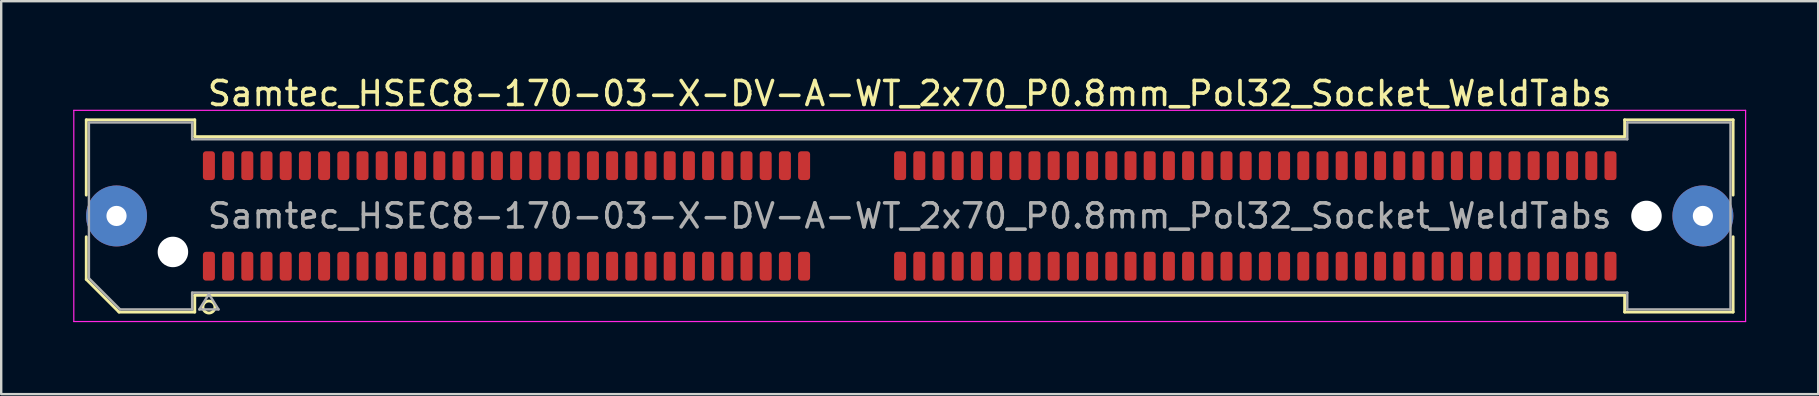
<source format=kicad_pcb>
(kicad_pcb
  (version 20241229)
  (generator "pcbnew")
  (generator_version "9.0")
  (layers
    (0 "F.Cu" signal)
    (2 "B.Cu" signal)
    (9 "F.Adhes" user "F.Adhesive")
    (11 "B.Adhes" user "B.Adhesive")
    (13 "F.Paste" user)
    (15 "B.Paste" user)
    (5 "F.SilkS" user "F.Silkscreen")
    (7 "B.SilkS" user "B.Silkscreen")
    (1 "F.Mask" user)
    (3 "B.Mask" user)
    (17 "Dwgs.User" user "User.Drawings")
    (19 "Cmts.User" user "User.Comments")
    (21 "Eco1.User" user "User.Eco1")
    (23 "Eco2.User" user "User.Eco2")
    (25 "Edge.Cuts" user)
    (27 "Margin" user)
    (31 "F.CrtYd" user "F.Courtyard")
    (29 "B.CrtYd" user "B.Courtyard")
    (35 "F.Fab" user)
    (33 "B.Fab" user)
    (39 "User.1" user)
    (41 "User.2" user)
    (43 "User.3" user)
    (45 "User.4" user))
  (footprint "Samtec_HSEC8-170-03-X-DV-A-WT_2x70_P0.8mm_Pol32_Socket_WeldTabs"
    (layer "F.Cu")
    (at 34.855 5.948)
    (property "Reference" "Samtec_HSEC8-170-03-X-DV-A-WT_2x70_P0.8mm_Pol32_Socket_WeldTabs" (at 0 -5.1 0) (layer "F.SilkS") (effects (font (size 1 1) (thickness 0.15))))
    (attr smd)
    (fp_line (start -34.31 -4.005) (end -29.79 -4.005) (stroke (width 0.12) (type solid)) (layer "F.SilkS"))
    (fp_line (start -34.31 -0.868) (end -34.31 -4.005) (stroke (width 0.12) (type solid)) (layer "F.SilkS"))
    (fp_line (start -34.31 2.641) (end -34.31 0.868) (stroke (width 0.12) (type solid)) (layer "F.SilkS"))
    (fp_line (start -32.946 4.005) (end -34.31 2.641) (stroke (width 0.12) (type solid)) (layer "F.SilkS"))
    (fp_line (start -29.79 -4.005) (end -29.79 -3.305) (stroke (width 0.12) (type solid)) (layer "F.SilkS"))
    (fp_line (start -29.79 -3.305) (end 29.79 -3.305) (stroke (width 0.12) (type solid)) (layer "F.SilkS"))
    (fp_line (start -29.79 3.305) (end -29.79 4.005) (stroke (width 0.12) (type solid)) (layer "F.SilkS"))
    (fp_line (start -29.79 4.005) (end -32.946 4.005) (stroke (width 0.12) (type solid)) (layer "F.SilkS"))
    (fp_line (start 29.79 -4.005) (end 34.31 -4.005) (stroke (width 0.12) (type solid)) (layer "F.SilkS"))
    (fp_line (start 29.79 -3.305) (end 29.79 -4.005) (stroke (width 0.12) (type solid)) (layer "F.SilkS"))
    (fp_line (start 29.79 3.305) (end -29.79 3.305) (stroke (width 0.12) (type solid)) (layer "F.SilkS"))
    (fp_line (start 29.79 4.005) (end 29.79 3.305) (stroke (width 0.12) (type solid)) (layer "F.SilkS"))
    (fp_line (start 34.31 -4.005) (end 34.31 -0.868) (stroke (width 0.12) (type solid)) (layer "F.SilkS"))
    (fp_line (start 34.31 0.868) (end 34.31 4.005) (stroke (width 0.12) (type solid)) (layer "F.SilkS"))
    (fp_line (start 34.31 4.005) (end 29.79 4.005) (stroke (width 0.12) (type solid)) (layer "F.SilkS"))
    (fp_arc (start -28.95 3.795) (mid -29.45 3.795) (end -28.95 3.795) (stroke (width 0.12) (type solid)) (layer "F.SilkS"))
    (fp_line (start -34.83 -4.4) (end -34.83 4.4) (stroke (width 0.05) (type solid)) (layer "F.CrtYd"))
    (fp_line (start -34.83 4.4) (end 34.83 4.4) (stroke (width 0.05) (type solid)) (layer "F.CrtYd"))
    (fp_line (start 34.83 -4.4) (end -34.83 -4.4) (stroke (width 0.05) (type solid)) (layer "F.CrtYd"))
    (fp_line (start 34.83 4.4) (end 34.83 -4.4) (stroke (width 0.05) (type solid)) (layer "F.CrtYd"))
    (fp_line (start -34.2 -3.895) (end -29.9 -3.895) (stroke (width 0.1) (type solid)) (layer "F.Fab"))
    (fp_line (start -34.2 2.595) (end -34.2 -3.895) (stroke (width 0.1) (type solid)) (layer "F.Fab"))
    (fp_line (start -32.9 3.895) (end -34.2 2.595) (stroke (width 0.1) (type solid)) (layer "F.Fab"))
    (fp_line (start -29.9 -3.895) (end -29.9 -3.195) (stroke (width 0.1) (type solid)) (layer "F.Fab"))
    (fp_line (start -29.9 -3.195) (end 29.9 -3.195) (stroke (width 0.1) (type solid)) (layer "F.Fab"))
    (fp_line (start -29.9 3.195) (end -29.9 3.895) (stroke (width 0.1) (type solid)) (layer "F.Fab"))
    (fp_line (start -29.9 3.895) (end -32.9 3.895) (stroke (width 0.1) (type solid)) (layer "F.Fab"))
    (fp_line (start -29.6 3.895) (end -29.2 3.255) (stroke (width 0.1) (type solid)) (layer "F.Fab"))
    (fp_line (start -29.2 3.255) (end -28.8 3.895) (stroke (width 0.1) (type solid)) (layer "F.Fab"))
    (fp_line (start -28.8 3.895) (end -29.6 3.895) (stroke (width 0.1) (type solid)) (layer "F.Fab"))
    (fp_line (start 29.9 -3.895) (end 34.2 -3.895) (stroke (width 0.1) (type solid)) (layer "F.Fab"))
    (fp_line (start 29.9 -3.195) (end 29.9 -3.895) (stroke (width 0.1) (type solid)) (layer "F.Fab"))
    (fp_line (start 29.9 3.195) (end -29.9 3.195) (stroke (width 0.1) (type solid)) (layer "F.Fab"))
    (fp_line (start 29.9 3.895) (end 29.9 3.195) (stroke (width 0.1) (type solid)) (layer "F.Fab"))
    (fp_line (start 34.2 -3.895) (end 34.2 3.895) (stroke (width 0.1) (type solid)) (layer "F.Fab"))
    (fp_line (start 34.2 3.895) (end 29.9 3.895) (stroke (width 0.1) (type solid)) (layer "F.Fab"))
    (fp_text user "${REFERENCE}" (at 0 0 0) (layer "F.Fab") (effects (font (size 1 1) (thickness 0.15))))
    (pad "" thru_hole circle (at -33.05 0) (size 2.54 2.54) (drill 0.84) (layers "*.Cu" "*.Mask" "F.Paste"))
    (pad "" np_thru_hole circle (at -30.7 1.5) (size 1.27 1.27) (drill 1.27) (layers "*.Cu" "*.Mask"))
    (pad "" np_thru_hole circle (at 30.7 0) (size 1.27 1.27) (drill 1.27) (layers "*.Cu" "*.Mask"))
    (pad "" thru_hole circle (at 33.05 0) (size 2.54 2.54) (drill 0.84) (layers "*.Cu" "*.Mask" "F.Paste"))
    (pad "1" smd roundrect (at -29.2 2.095) (size 0.5 1.2) (layers "F.Cu" "F.Mask" "F.Paste") (roundrect_rratio 0.25))
    (pad "2" smd roundrect (at -29.2 -2.095) (size 0.5 1.2) (layers "F.Cu" "F.Mask" "F.Paste") (roundrect_rratio 0.25))
    (pad "3" smd roundrect (at -28.4 2.095) (size 0.5 1.2) (layers "F.Cu" "F.Mask" "F.Paste") (roundrect_rratio 0.25))
    (pad "4" smd roundrect (at -28.4 -2.095) (size 0.5 1.2) (layers "F.Cu" "F.Mask" "F.Paste") (roundrect_rratio 0.25))
    (pad "5" smd roundrect (at -27.6 2.095) (size 0.5 1.2) (layers "F.Cu" "F.Mask" "F.Paste") (roundrect_rratio 0.25))
    (pad "6" smd roundrect (at -27.6 -2.095) (size 0.5 1.2) (layers "F.Cu" "F.Mask" "F.Paste") (roundrect_rratio 0.25))
    (pad "7" smd roundrect (at -26.8 2.095) (size 0.5 1.2) (layers "F.Cu" "F.Mask" "F.Paste") (roundrect_rratio 0.25))
    (pad "8" smd roundrect (at -26.8 -2.095) (size 0.5 1.2) (layers "F.Cu" "F.Mask" "F.Paste") (roundrect_rratio 0.25))
    (pad "9" smd roundrect (at -26 2.095) (size 0.5 1.2) (layers "F.Cu" "F.Mask" "F.Paste") (roundrect_rratio 0.25))
    (pad "10" smd roundrect (at -26 -2.095) (size 0.5 1.2) (layers "F.Cu" "F.Mask" "F.Paste") (roundrect_rratio 0.25))
    (pad "11" smd roundrect (at -25.2 2.095) (size 0.5 1.2) (layers "F.Cu" "F.Mask" "F.Paste") (roundrect_rratio 0.25))
    (pad "12" smd roundrect (at -25.2 -2.095) (size 0.5 1.2) (layers "F.Cu" "F.Mask" "F.Paste") (roundrect_rratio 0.25))
    (pad "13" smd roundrect (at -24.4 2.095) (size 0.5 1.2) (layers "F.Cu" "F.Mask" "F.Paste") (roundrect_rratio 0.25))
    (pad "14" smd roundrect (at -24.4 -2.095) (size 0.5 1.2) (layers "F.Cu" "F.Mask" "F.Paste") (roundrect_rratio 0.25))
    (pad "15" smd roundrect (at -23.6 2.095) (size 0.5 1.2) (layers "F.Cu" "F.Mask" "F.Paste") (roundrect_rratio 0.25))
    (pad "16" smd roundrect (at -23.6 -2.095) (size 0.5 1.2) (layers "F.Cu" "F.Mask" "F.Paste") (roundrect_rratio 0.25))
    (pad "17" smd roundrect (at -22.8 2.095) (size 0.5 1.2) (layers "F.Cu" "F.Mask" "F.Paste") (roundrect_rratio 0.25))
    (pad "18" smd roundrect (at -22.8 -2.095) (size 0.5 1.2) (layers "F.Cu" "F.Mask" "F.Paste") (roundrect_rratio 0.25))
    (pad "19" smd roundrect (at -22 2.095) (size 0.5 1.2) (layers "F.Cu" "F.Mask" "F.Paste") (roundrect_rratio 0.25))
    (pad "20" smd roundrect (at -22 -2.095) (size 0.5 1.2) (layers "F.Cu" "F.Mask" "F.Paste") (roundrect_rratio 0.25))
    (pad "21" smd roundrect (at -21.2 2.095) (size 0.5 1.2) (layers "F.Cu" "F.Mask" "F.Paste") (roundrect_rratio 0.25))
    (pad "22" smd roundrect (at -21.2 -2.095) (size 0.5 1.2) (layers "F.Cu" "F.Mask" "F.Paste") (roundrect_rratio 0.25))
    (pad "23" smd roundrect (at -20.4 2.095) (size 0.5 1.2) (layers "F.Cu" "F.Mask" "F.Paste") (roundrect_rratio 0.25))
    (pad "24" smd roundrect (at -20.4 -2.095) (size 0.5 1.2) (layers "F.Cu" "F.Mask" "F.Paste") (roundrect_rratio 0.25))
    (pad "25" smd roundrect (at -19.6 2.095) (size 0.5 1.2) (layers "F.Cu" "F.Mask" "F.Paste") (roundrect_rratio 0.25))
    (pad "26" smd roundrect (at -19.6 -2.095) (size 0.5 1.2) (layers "F.Cu" "F.Mask" "F.Paste") (roundrect_rratio 0.25))
    (pad "27" smd roundrect (at -18.8 2.095) (size 0.5 1.2) (layers "F.Cu" "F.Mask" "F.Paste") (roundrect_rratio 0.25))
    (pad "28" smd roundrect (at -18.8 -2.095) (size 0.5 1.2) (layers "F.Cu" "F.Mask" "F.Paste") (roundrect_rratio 0.25))
    (pad "29" smd roundrect (at -18 2.095) (size 0.5 1.2) (layers "F.Cu" "F.Mask" "F.Paste") (roundrect_rratio 0.25))
    (pad "30" smd roundrect (at -18 -2.095) (size 0.5 1.2) (layers "F.Cu" "F.Mask" "F.Paste") (roundrect_rratio 0.25))
    (pad "31" smd roundrect (at -17.2 2.095) (size 0.5 1.2) (layers "F.Cu" "F.Mask" "F.Paste") (roundrect_rratio 0.25))
    (pad "32" smd roundrect (at -17.2 -2.095) (size 0.5 1.2) (layers "F.Cu" "F.Mask" "F.Paste") (roundrect_rratio 0.25))
    (pad "33" smd roundrect (at -16.4 2.095) (size 0.5 1.2) (layers "F.Cu" "F.Mask" "F.Paste") (roundrect_rratio 0.25))
    (pad "34" smd roundrect (at -16.4 -2.095) (size 0.5 1.2) (layers "F.Cu" "F.Mask" "F.Paste") (roundrect_rratio 0.25))
    (pad "35" smd roundrect (at -15.6 2.095) (size 0.5 1.2) (layers "F.Cu" "F.Mask" "F.Paste") (roundrect_rratio 0.25))
    (pad "36" smd roundrect (at -15.6 -2.095) (size 0.5 1.2) (layers "F.Cu" "F.Mask" "F.Paste") (roundrect_rratio 0.25))
    (pad "37" smd roundrect (at -14.8 2.095) (size 0.5 1.2) (layers "F.Cu" "F.Mask" "F.Paste") (roundrect_rratio 0.25))
    (pad "38" smd roundrect (at -14.8 -2.095) (size 0.5 1.2) (layers "F.Cu" "F.Mask" "F.Paste") (roundrect_rratio 0.25))
    (pad "39" smd roundrect (at -14 2.095) (size 0.5 1.2) (layers "F.Cu" "F.Mask" "F.Paste") (roundrect_rratio 0.25))
    (pad "40" smd roundrect (at -14 -2.095) (size 0.5 1.2) (layers "F.Cu" "F.Mask" "F.Paste") (roundrect_rratio 0.25))
    (pad "41" smd roundrect (at -13.2 2.095) (size 0.5 1.2) (layers "F.Cu" "F.Mask" "F.Paste") (roundrect_rratio 0.25))
    (pad "42" smd roundrect (at -13.2 -2.095) (size 0.5 1.2) (layers "F.Cu" "F.Mask" "F.Paste") (roundrect_rratio 0.25))
    (pad "43" smd roundrect (at -12.4 2.095) (size 0.5 1.2) (layers "F.Cu" "F.Mask" "F.Paste") (roundrect_rratio 0.25))
    (pad "44" smd roundrect (at -12.4 -2.095) (size 0.5 1.2) (layers "F.Cu" "F.Mask" "F.Paste") (roundrect_rratio 0.25))
    (pad "45" smd roundrect (at -11.6 2.095) (size 0.5 1.2) (layers "F.Cu" "F.Mask" "F.Paste") (roundrect_rratio 0.25))
    (pad "46" smd roundrect (at -11.6 -2.095) (size 0.5 1.2) (layers "F.Cu" "F.Mask" "F.Paste") (roundrect_rratio 0.25))
    (pad "47" smd roundrect (at -10.8 2.095) (size 0.5 1.2) (layers "F.Cu" "F.Mask" "F.Paste") (roundrect_rratio 0.25))
    (pad "48" smd roundrect (at -10.8 -2.095) (size 0.5 1.2) (layers "F.Cu" "F.Mask" "F.Paste") (roundrect_rratio 0.25))
    (pad "49" smd roundrect (at -10 2.095) (size 0.5 1.2) (layers "F.Cu" "F.Mask" "F.Paste") (roundrect_rratio 0.25))
    (pad "50" smd roundrect (at -10 -2.095) (size 0.5 1.2) (layers "F.Cu" "F.Mask" "F.Paste") (roundrect_rratio 0.25))
    (pad "51" smd roundrect (at -9.2 2.095) (size 0.5 1.2) (layers "F.Cu" "F.Mask" "F.Paste") (roundrect_rratio 0.25))
    (pad "52" smd roundrect (at -9.2 -2.095) (size 0.5 1.2) (layers "F.Cu" "F.Mask" "F.Paste") (roundrect_rratio 0.25))
    (pad "53" smd roundrect (at -8.4 2.095) (size 0.5 1.2) (layers "F.Cu" "F.Mask" "F.Paste") (roundrect_rratio 0.25))
    (pad "54" smd roundrect (at -8.4 -2.095) (size 0.5 1.2) (layers "F.Cu" "F.Mask" "F.Paste") (roundrect_rratio 0.25))
    (pad "55" smd roundrect (at -7.6 2.095) (size 0.5 1.2) (layers "F.Cu" "F.Mask" "F.Paste") (roundrect_rratio 0.25))
    (pad "56" smd roundrect (at -7.6 -2.095) (size 0.5 1.2) (layers "F.Cu" "F.Mask" "F.Paste") (roundrect_rratio 0.25))
    (pad "57" smd roundrect (at -6.8 2.095) (size 0.5 1.2) (layers "F.Cu" "F.Mask" "F.Paste") (roundrect_rratio 0.25))
    (pad "58" smd roundrect (at -6.8 -2.095) (size 0.5 1.2) (layers "F.Cu" "F.Mask" "F.Paste") (roundrect_rratio 0.25))
    (pad "59" smd roundrect (at -6 2.095) (size 0.5 1.2) (layers "F.Cu" "F.Mask" "F.Paste") (roundrect_rratio 0.25))
    (pad "60" smd roundrect (at -6 -2.095) (size 0.5 1.2) (layers "F.Cu" "F.Mask" "F.Paste") (roundrect_rratio 0.25))
    (pad "61" smd roundrect (at -5.2 2.095) (size 0.5 1.2) (layers "F.Cu" "F.Mask" "F.Paste") (roundrect_rratio 0.25))
    (pad "62" smd roundrect (at -5.2 -2.095) (size 0.5 1.2) (layers "F.Cu" "F.Mask" "F.Paste") (roundrect_rratio 0.25))
    (pad "63" smd roundrect (at -4.4 2.095) (size 0.5 1.2) (layers "F.Cu" "F.Mask" "F.Paste") (roundrect_rratio 0.25))
    (pad "64" smd roundrect (at -4.4 -2.095) (size 0.5 1.2) (layers "F.Cu" "F.Mask" "F.Paste") (roundrect_rratio 0.25))
    (pad "65" smd roundrect (at -0.4 2.095) (size 0.5 1.2) (layers "F.Cu" "F.Mask" "F.Paste") (roundrect_rratio 0.25))
    (pad "66" smd roundrect (at -0.4 -2.095) (size 0.5 1.2) (layers "F.Cu" "F.Mask" "F.Paste") (roundrect_rratio 0.25))
    (pad "67" smd roundrect (at 0.4 2.095) (size 0.5 1.2) (layers "F.Cu" "F.Mask" "F.Paste") (roundrect_rratio 0.25))
    (pad "68" smd roundrect (at 0.4 -2.095) (size 0.5 1.2) (layers "F.Cu" "F.Mask" "F.Paste") (roundrect_rratio 0.25))
    (pad "69" smd roundrect (at 1.2 2.095) (size 0.5 1.2) (layers "F.Cu" "F.Mask" "F.Paste") (roundrect_rratio 0.25))
    (pad "70" smd roundrect (at 1.2 -2.095) (size 0.5 1.2) (layers "F.Cu" "F.Mask" "F.Paste") (roundrect_rratio 0.25))
    (pad "71" smd roundrect (at 2 2.095) (size 0.5 1.2) (layers "F.Cu" "F.Mask" "F.Paste") (roundrect_rratio 0.25))
    (pad "72" smd roundrect (at 2 -2.095) (size 0.5 1.2) (layers "F.Cu" "F.Mask" "F.Paste") (roundrect_rratio 0.25))
    (pad "73" smd roundrect (at 2.8 2.095) (size 0.5 1.2) (layers "F.Cu" "F.Mask" "F.Paste") (roundrect_rratio 0.25))
    (pad "74" smd roundrect (at 2.8 -2.095) (size 0.5 1.2) (layers "F.Cu" "F.Mask" "F.Paste") (roundrect_rratio 0.25))
    (pad "75" smd roundrect (at 3.6 2.095) (size 0.5 1.2) (layers "F.Cu" "F.Mask" "F.Paste") (roundrect_rratio 0.25))
    (pad "76" smd roundrect (at 3.6 -2.095) (size 0.5 1.2) (layers "F.Cu" "F.Mask" "F.Paste") (roundrect_rratio 0.25))
    (pad "77" smd roundrect (at 4.4 2.095) (size 0.5 1.2) (layers "F.Cu" "F.Mask" "F.Paste") (roundrect_rratio 0.25))
    (pad "78" smd roundrect (at 4.4 -2.095) (size 0.5 1.2) (layers "F.Cu" "F.Mask" "F.Paste") (roundrect_rratio 0.25))
    (pad "79" smd roundrect (at 5.2 2.095) (size 0.5 1.2) (layers "F.Cu" "F.Mask" "F.Paste") (roundrect_rratio 0.25))
    (pad "80" smd roundrect (at 5.2 -2.095) (size 0.5 1.2) (layers "F.Cu" "F.Mask" "F.Paste") (roundrect_rratio 0.25))
    (pad "81" smd roundrect (at 6 2.095) (size 0.5 1.2) (layers "F.Cu" "F.Mask" "F.Paste") (roundrect_rratio 0.25))
    (pad "82" smd roundrect (at 6 -2.095) (size 0.5 1.2) (layers "F.Cu" "F.Mask" "F.Paste") (roundrect_rratio 0.25))
    (pad "83" smd roundrect (at 6.8 2.095) (size 0.5 1.2) (layers "F.Cu" "F.Mask" "F.Paste") (roundrect_rratio 0.25))
    (pad "84" smd roundrect (at 6.8 -2.095) (size 0.5 1.2) (layers "F.Cu" "F.Mask" "F.Paste") (roundrect_rratio 0.25))
    (pad "85" smd roundrect (at 7.6 2.095) (size 0.5 1.2) (layers "F.Cu" "F.Mask" "F.Paste") (roundrect_rratio 0.25))
    (pad "86" smd roundrect (at 7.6 -2.095) (size 0.5 1.2) (layers "F.Cu" "F.Mask" "F.Paste") (roundrect_rratio 0.25))
    (pad "87" smd roundrect (at 8.4 2.095) (size 0.5 1.2) (layers "F.Cu" "F.Mask" "F.Paste") (roundrect_rratio 0.25))
    (pad "88" smd roundrect (at 8.4 -2.095) (size 0.5 1.2) (layers "F.Cu" "F.Mask" "F.Paste") (roundrect_rratio 0.25))
    (pad "89" smd roundrect (at 9.2 2.095) (size 0.5 1.2) (layers "F.Cu" "F.Mask" "F.Paste") (roundrect_rratio 0.25))
    (pad "90" smd roundrect (at 9.2 -2.095) (size 0.5 1.2) (layers "F.Cu" "F.Mask" "F.Paste") (roundrect_rratio 0.25))
    (pad "91" smd roundrect (at 10 2.095) (size 0.5 1.2) (layers "F.Cu" "F.Mask" "F.Paste") (roundrect_rratio 0.25))
    (pad "92" smd roundrect (at 10 -2.095) (size 0.5 1.2) (layers "F.Cu" "F.Mask" "F.Paste") (roundrect_rratio 0.25))
    (pad "93" smd roundrect (at 10.8 2.095) (size 0.5 1.2) (layers "F.Cu" "F.Mask" "F.Paste") (roundrect_rratio 0.25))
    (pad "94" smd roundrect (at 10.8 -2.095) (size 0.5 1.2) (layers "F.Cu" "F.Mask" "F.Paste") (roundrect_rratio 0.25))
    (pad "95" smd roundrect (at 11.6 2.095) (size 0.5 1.2) (layers "F.Cu" "F.Mask" "F.Paste") (roundrect_rratio 0.25))
    (pad "96" smd roundrect (at 11.6 -2.095) (size 0.5 1.2) (layers "F.Cu" "F.Mask" "F.Paste") (roundrect_rratio 0.25))
    (pad "97" smd roundrect (at 12.4 2.095) (size 0.5 1.2) (layers "F.Cu" "F.Mask" "F.Paste") (roundrect_rratio 0.25))
    (pad "98" smd roundrect (at 12.4 -2.095) (size 0.5 1.2) (layers "F.Cu" "F.Mask" "F.Paste") (roundrect_rratio 0.25))
    (pad "99" smd roundrect (at 13.2 2.095) (size 0.5 1.2) (layers "F.Cu" "F.Mask" "F.Paste") (roundrect_rratio 0.25))
    (pad "100" smd roundrect (at 13.2 -2.095) (size 0.5 1.2) (layers "F.Cu" "F.Mask" "F.Paste") (roundrect_rratio 0.25))
    (pad "101" smd roundrect (at 14 2.095) (size 0.5 1.2) (layers "F.Cu" "F.Mask" "F.Paste") (roundrect_rratio 0.25))
    (pad "102" smd roundrect (at 14 -2.095) (size 0.5 1.2) (layers "F.Cu" "F.Mask" "F.Paste") (roundrect_rratio 0.25))
    (pad "103" smd roundrect (at 14.8 2.095) (size 0.5 1.2) (layers "F.Cu" "F.Mask" "F.Paste") (roundrect_rratio 0.25))
    (pad "104" smd roundrect (at 14.8 -2.095) (size 0.5 1.2) (layers "F.Cu" "F.Mask" "F.Paste") (roundrect_rratio 0.25))
    (pad "105" smd roundrect (at 15.6 2.095) (size 0.5 1.2) (layers "F.Cu" "F.Mask" "F.Paste") (roundrect_rratio 0.25))
    (pad "106" smd roundrect (at 15.6 -2.095) (size 0.5 1.2) (layers "F.Cu" "F.Mask" "F.Paste") (roundrect_rratio 0.25))
    (pad "107" smd roundrect (at 16.4 2.095) (size 0.5 1.2) (layers "F.Cu" "F.Mask" "F.Paste") (roundrect_rratio 0.25))
    (pad "108" smd roundrect (at 16.4 -2.095) (size 0.5 1.2) (layers "F.Cu" "F.Mask" "F.Paste") (roundrect_rratio 0.25))
    (pad "109" smd roundrect (at 17.2 2.095) (size 0.5 1.2) (layers "F.Cu" "F.Mask" "F.Paste") (roundrect_rratio 0.25))
    (pad "110" smd roundrect (at 17.2 -2.095) (size 0.5 1.2) (layers "F.Cu" "F.Mask" "F.Paste") (roundrect_rratio 0.25))
    (pad "111" smd roundrect (at 18 2.095) (size 0.5 1.2) (layers "F.Cu" "F.Mask" "F.Paste") (roundrect_rratio 0.25))
    (pad "112" smd roundrect (at 18 -2.095) (size 0.5 1.2) (layers "F.Cu" "F.Mask" "F.Paste") (roundrect_rratio 0.25))
    (pad "113" smd roundrect (at 18.8 2.095) (size 0.5 1.2) (layers "F.Cu" "F.Mask" "F.Paste") (roundrect_rratio 0.25))
    (pad "114" smd roundrect (at 18.8 -2.095) (size 0.5 1.2) (layers "F.Cu" "F.Mask" "F.Paste") (roundrect_rratio 0.25))
    (pad "115" smd roundrect (at 19.6 2.095) (size 0.5 1.2) (layers "F.Cu" "F.Mask" "F.Paste") (roundrect_rratio 0.25))
    (pad "116" smd roundrect (at 19.6 -2.095) (size 0.5 1.2) (layers "F.Cu" "F.Mask" "F.Paste") (roundrect_rratio 0.25))
    (pad "117" smd roundrect (at 20.4 2.095) (size 0.5 1.2) (layers "F.Cu" "F.Mask" "F.Paste") (roundrect_rratio 0.25))
    (pad "118" smd roundrect (at 20.4 -2.095) (size 0.5 1.2) (layers "F.Cu" "F.Mask" "F.Paste") (roundrect_rratio 0.25))
    (pad "119" smd roundrect (at 21.2 2.095) (size 0.5 1.2) (layers "F.Cu" "F.Mask" "F.Paste") (roundrect_rratio 0.25))
    (pad "120" smd roundrect (at 21.2 -2.095) (size 0.5 1.2) (layers "F.Cu" "F.Mask" "F.Paste") (roundrect_rratio 0.25))
    (pad "121" smd roundrect (at 22 2.095) (size 0.5 1.2) (layers "F.Cu" "F.Mask" "F.Paste") (roundrect_rratio 0.25))
    (pad "122" smd roundrect (at 22 -2.095) (size 0.5 1.2) (layers "F.Cu" "F.Mask" "F.Paste") (roundrect_rratio 0.25))
    (pad "123" smd roundrect (at 22.8 2.095) (size 0.5 1.2) (layers "F.Cu" "F.Mask" "F.Paste") (roundrect_rratio 0.25))
    (pad "124" smd roundrect (at 22.8 -2.095) (size 0.5 1.2) (layers "F.Cu" "F.Mask" "F.Paste") (roundrect_rratio 0.25))
    (pad "125" smd roundrect (at 23.6 2.095) (size 0.5 1.2) (layers "F.Cu" "F.Mask" "F.Paste") (roundrect_rratio 0.25))
    (pad "126" smd roundrect (at 23.6 -2.095) (size 0.5 1.2) (layers "F.Cu" "F.Mask" "F.Paste") (roundrect_rratio 0.25))
    (pad "127" smd roundrect (at 24.4 2.095) (size 0.5 1.2) (layers "F.Cu" "F.Mask" "F.Paste") (roundrect_rratio 0.25))
    (pad "128" smd roundrect (at 24.4 -2.095) (size 0.5 1.2) (layers "F.Cu" "F.Mask" "F.Paste") (roundrect_rratio 0.25))
    (pad "129" smd roundrect (at 25.2 2.095) (size 0.5 1.2) (layers "F.Cu" "F.Mask" "F.Paste") (roundrect_rratio 0.25))
    (pad "130" smd roundrect (at 25.2 -2.095) (size 0.5 1.2) (layers "F.Cu" "F.Mask" "F.Paste") (roundrect_rratio 0.25))
    (pad "131" smd roundrect (at 26 2.095) (size 0.5 1.2) (layers "F.Cu" "F.Mask" "F.Paste") (roundrect_rratio 0.25))
    (pad "132" smd roundrect (at 26 -2.095) (size 0.5 1.2) (layers "F.Cu" "F.Mask" "F.Paste") (roundrect_rratio 0.25))
    (pad "133" smd roundrect (at 26.8 2.095) (size 0.5 1.2) (layers "F.Cu" "F.Mask" "F.Paste") (roundrect_rratio 0.25))
    (pad "134" smd roundrect (at 26.8 -2.095) (size 0.5 1.2) (layers "F.Cu" "F.Mask" "F.Paste") (roundrect_rratio 0.25))
    (pad "135" smd roundrect (at 27.6 2.095) (size 0.5 1.2) (layers "F.Cu" "F.Mask" "F.Paste") (roundrect_rratio 0.25))
    (pad "136" smd roundrect (at 27.6 -2.095) (size 0.5 1.2) (layers "F.Cu" "F.Mask" "F.Paste") (roundrect_rratio 0.25))
    (pad "137" smd roundrect (at 28.4 2.095) (size 0.5 1.2) (layers "F.Cu" "F.Mask" "F.Paste") (roundrect_rratio 0.25))
    (pad "138" smd roundrect (at 28.4 -2.095) (size 0.5 1.2) (layers "F.Cu" "F.Mask" "F.Paste") (roundrect_rratio 0.25))
    (pad "139" smd roundrect (at 29.2 2.095) (size 0.5 1.2) (layers "F.Cu" "F.Mask" "F.Paste") (roundrect_rratio 0.25))
    (pad "140" smd roundrect (at 29.2 -2.095) (size 0.5 1.2) (layers "F.Cu" "F.Mask" "F.Paste") (roundrect_rratio 0.25)))
  (gr_rect
    (start -3 -3)
    (end 72.71 13.373)
    (stroke (width 0.1) (type default))
    (fill no)
    (layer "Edge.Cuts")))
</source>
